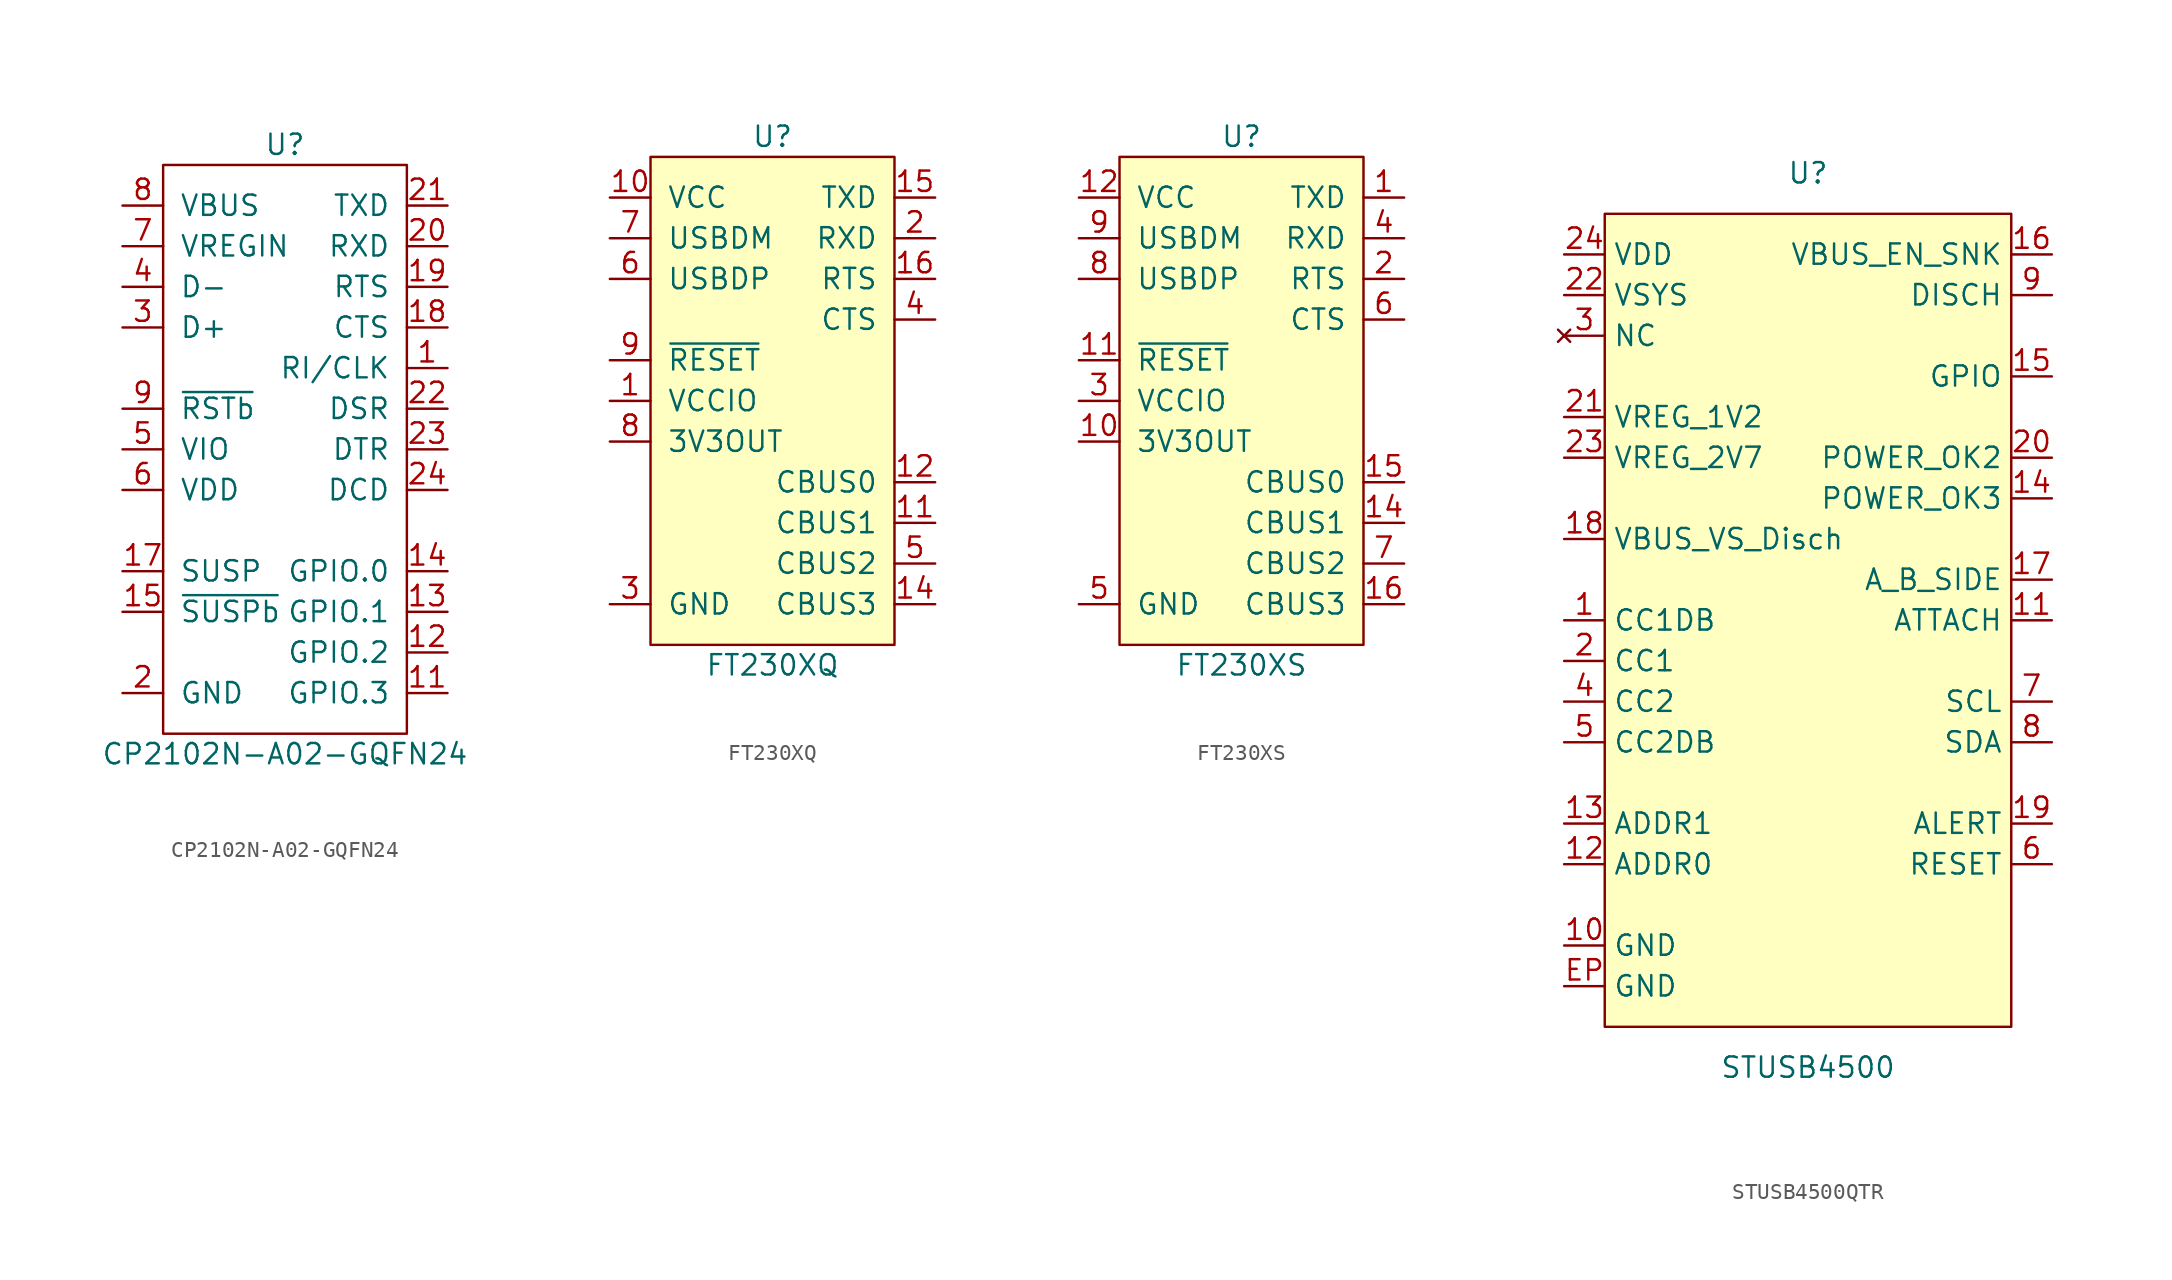
<source format=kicad_sym>
(kicad_symbol_lib
  (version 20220914)
  (generator kicad_symbol_editor)
  (symbol "CP2102N-A02-GQFN24"
    (pin_names
      (offset 1.016))
    (property "Reference" "U"
      (at 0 19.05 0)
      (effects (font (size 1.27 1.27))))
    (property "Value" "CP2102N-A02-GQFN24"
      (at 0 -19.05 0)
      (effects (font (size 1.27 1.27))))
    (symbol "CP2102N-A02-GQFN24_0_1"
      (rectangle (start -7.62 17.78) (end 7.62 -17.78) (stroke (width 0) (type default)) (fill (type none))))
    (symbol "CP2102N-A02-GQFN24_1_1"
      (pin input line (at 10.16 5.08 180) (length 2.54) (name "RI/CLK" (effects (font (size 1.27 1.27)))) (number "1" (effects (font (size 1.27 1.27)))))
      (pin no_connect line (at -7.62 5.08 0) (length 0) hide (name "NC" (effects (font (size 1.27 1.27)))) (number "10" (effects (font (size 1.27 1.27)))))
      (pin bidirectional line (at 10.16 -15.24 180) (length 2.54) (name "GPIO.3" (effects (font (size 1.27 1.27)))) (number "11" (effects (font (size 1.27 1.27)))))
      (pin bidirectional line (at 10.16 -12.7 180) (length 2.54) (name "GPIO.2" (effects (font (size 1.27 1.27)))) (number "12" (effects (font (size 1.27 1.27)))))
      (pin bidirectional line (at 10.16 -10.16 180) (length 2.54) (name "GPIO.1" (effects (font (size 1.27 1.27)))) (number "13" (effects (font (size 1.27 1.27)))))
      (pin bidirectional line (at 10.16 -7.62 180) (length 2.54) (name "GPIO.0" (effects (font (size 1.27 1.27)))) (number "14" (effects (font (size 1.27 1.27)))))
      (pin output line (at -10.16 -10.16 0) (length 2.54) (name "~{SUSPb}" (effects (font (size 1.27 1.27)))) (number "15" (effects (font (size 1.27 1.27)))))
      (pin no_connect line (at -7.62 -5.08 0) (length 0) hide (name "NC" (effects (font (size 1.27 1.27)))) (number "16" (effects (font (size 1.27 1.27)))))
      (pin output line (at -10.16 -7.62 0) (length 2.54) (name "SUSP" (effects (font (size 1.27 1.27)))) (number "17" (effects (font (size 1.27 1.27)))))
      (pin input line (at 10.16 7.62 180) (length 2.54) (name "CTS" (effects (font (size 1.27 1.27)))) (number "18" (effects (font (size 1.27 1.27)))))
      (pin output line (at 10.16 10.16 180) (length 2.54) (name "RTS" (effects (font (size 1.27 1.27)))) (number "19" (effects (font (size 1.27 1.27)))))
      (pin power_in line (at -10.16 -15.24 0) (length 2.54) (name "GND" (effects (font (size 1.27 1.27)))) (number "2" (effects (font (size 1.27 1.27)))))
      (pin input line (at 10.16 12.7 180) (length 2.54) (name "RXD" (effects (font (size 1.27 1.27)))) (number "20" (effects (font (size 1.27 1.27)))))
      (pin output line (at 10.16 15.24 180) (length 2.54) (name "TXD" (effects (font (size 1.27 1.27)))) (number "21" (effects (font (size 1.27 1.27)))))
      (pin input line (at 10.16 2.54 180) (length 2.54) (name "DSR" (effects (font (size 1.27 1.27)))) (number "22" (effects (font (size 1.27 1.27)))))
      (pin output line (at 10.16 0 180) (length 2.54) (name "DTR" (effects (font (size 1.27 1.27)))) (number "23" (effects (font (size 1.27 1.27)))))
      (pin input line (at 10.16 -2.54 180) (length 2.54) (name "DCD" (effects (font (size 1.27 1.27)))) (number "24" (effects (font (size 1.27 1.27)))))
      (pin power_in line (at -10.16 -15.24 0) (length 2.54) hide (name "GND" (effects (font (size 1.27 1.27)))) (number "25" (effects (font (size 1.27 1.27)))))
      (pin bidirectional line (at -10.16 7.62 0) (length 2.54) (name "D+" (effects (font (size 1.27 1.27)))) (number "3" (effects (font (size 1.27 1.27)))))
      (pin bidirectional line (at -10.16 10.16 0) (length 2.54) (name "D-" (effects (font (size 1.27 1.27)))) (number "4" (effects (font (size 1.27 1.27)))))
      (pin power_in line (at -10.16 0 0) (length 2.54) (name "VIO" (effects (font (size 1.27 1.27)))) (number "5" (effects (font (size 1.27 1.27)))))
      (pin power_out line (at -10.16 -2.54 0) (length 2.54) (name "VDD" (effects (font (size 1.27 1.27)))) (number "6" (effects (font (size 1.27 1.27)))))
      (pin power_in line (at -10.16 12.7 0) (length 2.54) (name "VREGIN" (effects (font (size 1.27 1.27)))) (number "7" (effects (font (size 1.27 1.27)))))
      (pin input line (at -10.16 15.24 0) (length 2.54) (name "VBUS" (effects (font (size 1.27 1.27)))) (number "8" (effects (font (size 1.27 1.27)))))
      (pin input line (at -10.16 2.54 0) (length 2.54) (name "~{RSTb}" (effects (font (size 1.27 1.27)))) (number "9" (effects (font (size 1.27 1.27)))))))
  (symbol "FT230XQ"
    (pin_names
      (offset 1.016))
    (property "Reference" "U"
      (at 0 16.51 0)
      (effects (font (size 1.27 1.27))))
    (property "Value" "FT230XQ"
      (at 0 -16.51 0)
      (effects (font (size 1.27 1.27))))
    (symbol "FT230XQ_1_1"
      (rectangle (start -7.62 15.24) (end 7.62 -15.24) (stroke (width 0) (type default)) (fill (type background)))
      (pin power_in line (at -10.16 0 0) (length 2.54) (name "VCCIO" (effects (font (size 1.27 1.27)))) (number "1" (effects (font (size 1.27 1.27)))))
      (pin power_in line (at -10.16 12.7 0) (length 2.54) (name "VCC" (effects (font (size 1.27 1.27)))) (number "10" (effects (font (size 1.27 1.27)))))
      (pin bidirectional line (at 10.16 -7.62 180) (length 2.54) (name "CBUS1" (effects (font (size 1.27 1.27)))) (number "11" (effects (font (size 1.27 1.27)))))
      (pin bidirectional line (at 10.16 -5.08 180) (length 2.54) (name "CBUS0" (effects (font (size 1.27 1.27)))) (number "12" (effects (font (size 1.27 1.27)))))
      (pin power_in line (at -10.16 -12.7 0) (length 2.54) hide (name "GND" (effects (font (size 1.27 1.27)))) (number "13" (effects (font (size 1.27 1.27)))))
      (pin bidirectional line (at 10.16 -12.7 180) (length 2.54) (name "CBUS3" (effects (font (size 1.27 1.27)))) (number "14" (effects (font (size 1.27 1.27)))))
      (pin output line (at 10.16 12.7 180) (length 2.54) (name "TXD" (effects (font (size 1.27 1.27)))) (number "15" (effects (font (size 1.27 1.27)))))
      (pin output line (at 10.16 7.62 180) (length 2.54) (name "RTS" (effects (font (size 1.27 1.27)))) (number "16" (effects (font (size 1.27 1.27)))))
      (pin power_in line (at -10.16 -12.7 0) (length 2.54) hide (name "GND" (effects (font (size 1.27 1.27)))) (number "17" (effects (font (size 1.27 1.27)))))
      (pin input line (at 10.16 10.16 180) (length 2.54) (name "RXD" (effects (font (size 1.27 1.27)))) (number "2" (effects (font (size 1.27 1.27)))))
      (pin power_in line (at -10.16 -12.7 0) (length 2.54) (name "GND" (effects (font (size 1.27 1.27)))) (number "3" (effects (font (size 1.27 1.27)))))
      (pin input line (at 10.16 5.08 180) (length 2.54) (name "CTS" (effects (font (size 1.27 1.27)))) (number "4" (effects (font (size 1.27 1.27)))))
      (pin bidirectional line (at 10.16 -10.16 180) (length 2.54) (name "CBUS2" (effects (font (size 1.27 1.27)))) (number "5" (effects (font (size 1.27 1.27)))))
      (pin bidirectional line (at -10.16 7.62 0) (length 2.54) (name "USBDP" (effects (font (size 1.27 1.27)))) (number "6" (effects (font (size 1.27 1.27)))))
      (pin bidirectional line (at -10.16 10.16 0) (length 2.54) (name "USBDM" (effects (font (size 1.27 1.27)))) (number "7" (effects (font (size 1.27 1.27)))))
      (pin power_out line (at -10.16 -2.54 0) (length 2.54) (name "3V3OUT" (effects (font (size 1.27 1.27)))) (number "8" (effects (font (size 1.27 1.27)))))
      (pin input line (at -10.16 2.54 0) (length 2.54) (name "~{RESET}" (effects (font (size 1.27 1.27)))) (number "9" (effects (font (size 1.27 1.27)))))))
  (symbol "FT230XS"
    (pin_names
      (offset 1.016))
    (property "Reference" "U"
      (at 0 16.51 0)
      (effects (font (size 1.27 1.27))))
    (property "Value" "FT230XS"
      (at 0 -16.51 0)
      (effects (font (size 1.27 1.27))))
    (symbol "FT230XS_1_1"
      (rectangle (start -7.62 15.24) (end 7.62 -15.24) (stroke (width 0) (type default)) (fill (type background)))
      (pin output line (at 10.16 12.7 180) (length 2.54) (name "TXD" (effects (font (size 1.27 1.27)))) (number "1" (effects (font (size 1.27 1.27)))))
      (pin power_out line (at -10.16 -2.54 0) (length 2.54) (name "3V3OUT" (effects (font (size 1.27 1.27)))) (number "10" (effects (font (size 1.27 1.27)))))
      (pin input line (at -10.16 2.54 0) (length 2.54) (name "~{RESET}" (effects (font (size 1.27 1.27)))) (number "11" (effects (font (size 1.27 1.27)))))
      (pin power_in line (at -10.16 12.7 0) (length 2.54) (name "VCC" (effects (font (size 1.27 1.27)))) (number "12" (effects (font (size 1.27 1.27)))))
      (pin power_in line (at -10.16 -12.7 0) (length 2.54) hide (name "GND" (effects (font (size 1.27 1.27)))) (number "13" (effects (font (size 1.27 1.27)))))
      (pin bidirectional line (at 10.16 -7.62 180) (length 2.54) (name "CBUS1" (effects (font (size 1.27 1.27)))) (number "14" (effects (font (size 1.27 1.27)))))
      (pin bidirectional line (at 10.16 -5.08 180) (length 2.54) (name "CBUS0" (effects (font (size 1.27 1.27)))) (number "15" (effects (font (size 1.27 1.27)))))
      (pin bidirectional line (at 10.16 -12.7 180) (length 2.54) (name "CBUS3" (effects (font (size 1.27 1.27)))) (number "16" (effects (font (size 1.27 1.27)))))
      (pin output line (at 10.16 7.62 180) (length 2.54) (name "RTS" (effects (font (size 1.27 1.27)))) (number "2" (effects (font (size 1.27 1.27)))))
      (pin power_in line (at -10.16 0 0) (length 2.54) (name "VCCIO" (effects (font (size 1.27 1.27)))) (number "3" (effects (font (size 1.27 1.27)))))
      (pin input line (at 10.16 10.16 180) (length 2.54) (name "RXD" (effects (font (size 1.27 1.27)))) (number "4" (effects (font (size 1.27 1.27)))))
      (pin power_in line (at -10.16 -12.7 0) (length 2.54) (name "GND" (effects (font (size 1.27 1.27)))) (number "5" (effects (font (size 1.27 1.27)))))
      (pin input line (at 10.16 5.08 180) (length 2.54) (name "CTS" (effects (font (size 1.27 1.27)))) (number "6" (effects (font (size 1.27 1.27)))))
      (pin bidirectional line (at 10.16 -10.16 180) (length 2.54) (name "CBUS2" (effects (font (size 1.27 1.27)))) (number "7" (effects (font (size 1.27 1.27)))))
      (pin bidirectional line (at -10.16 7.62 0) (length 2.54) (name "USBDP" (effects (font (size 1.27 1.27)))) (number "8" (effects (font (size 1.27 1.27)))))
      (pin bidirectional line (at -10.16 10.16 0) (length 2.54) (name "USBDM" (effects (font (size 1.27 1.27)))) (number "9" (effects (font (size 1.27 1.27)))))))
  (symbol "STUSB4500QTR"
    (property "Reference" "U"
      (at 0 27.94 0)
      (effects (font (size 1.27 1.27))))
    (property "Value" "STUSB4500"
      (at 0 -27.94 0)
      (effects (font (size 1.27 1.27))))
    (symbol "STUSB4500QTR_1_1"
      (rectangle (start -12.7 25.4) (end 12.7 -25.4) (stroke (width 0) (type default)) (fill (type background)))
      (pin bidirectional line (at -15.24 0 0) (length 2.54) (name "CC1DB" (effects (font (size 1.27 1.27)))) (number "1" (effects (font (size 1.27 1.27)))))
      (pin power_in line (at -15.24 -20.32 0) (length 2.54) (name "GND" (effects (font (size 1.27 1.27)))) (number "10" (effects (font (size 1.27 1.27)))))
      (pin open_collector line (at 15.24 0 180) (length 2.54) (name "ATTACH" (effects (font (size 1.27 1.27)))) (number "11" (effects (font (size 1.27 1.27)))))
      (pin input line (at -15.24 -15.24 0) (length 2.54) (name "ADDR0" (effects (font (size 1.27 1.27)))) (number "12" (effects (font (size 1.27 1.27)))))
      (pin input line (at -15.24 -12.7 0) (length 2.54) (name "ADDR1" (effects (font (size 1.27 1.27)))) (number "13" (effects (font (size 1.27 1.27)))))
      (pin open_collector line (at 15.24 7.62 180) (length 2.54) (name "POWER_OK3" (effects (font (size 1.27 1.27)))) (number "14" (effects (font (size 1.27 1.27)))))
      (pin open_collector line (at 15.24 15.24 180) (length 2.54) (name "GPIO" (effects (font (size 1.27 1.27)))) (number "15" (effects (font (size 1.27 1.27)))))
      (pin open_collector line (at 15.24 22.86 180) (length 2.54) (name "VBUS_EN_SNK" (effects (font (size 1.27 1.27)))) (number "16" (effects (font (size 1.27 1.27)))))
      (pin open_collector line (at 15.24 2.54 180) (length 2.54) (name "A_B_SIDE" (effects (font (size 1.27 1.27)))) (number "17" (effects (font (size 1.27 1.27)))))
      (pin input line (at -15.24 5.08 0) (length 2.54) (name "VBUS_VS_Disch" (effects (font (size 1.27 1.27)))) (number "18" (effects (font (size 1.27 1.27)))))
      (pin open_collector line (at 15.24 -12.7 180) (length 2.54) (name "ALERT" (effects (font (size 1.27 1.27)))) (number "19" (effects (font (size 1.27 1.27)))))
      (pin bidirectional line (at -15.24 -2.54 0) (length 2.54) (name "CC1" (effects (font (size 1.27 1.27)))) (number "2" (effects (font (size 1.27 1.27)))))
      (pin open_collector line (at 15.24 10.16 180) (length 2.54) (name "POWER_OK2" (effects (font (size 1.27 1.27)))) (number "20" (effects (font (size 1.27 1.27)))))
      (pin power_out line (at -15.24 12.7 0) (length 2.54) (name "VREG_1V2" (effects (font (size 1.27 1.27)))) (number "21" (effects (font (size 1.27 1.27)))))
      (pin power_in line (at -15.24 20.32 0) (length 2.54) (name "VSYS" (effects (font (size 1.27 1.27)))) (number "22" (effects (font (size 1.27 1.27)))))
      (pin power_out line (at -15.24 10.16 0) (length 2.54) (name "VREG_2V7" (effects (font (size 1.27 1.27)))) (number "23" (effects (font (size 1.27 1.27)))))
      (pin power_in line (at -15.24 22.86 0) (length 2.54) (name "VDD" (effects (font (size 1.27 1.27)))) (number "24" (effects (font (size 1.27 1.27)))))
      (pin no_connect line (at -15.24 17.78 0) (length 2.54) (name "NC" (effects (font (size 1.27 1.27)))) (number "3" (effects (font (size 1.27 1.27)))))
      (pin bidirectional line (at -15.24 -5.08 0) (length 2.54) (name "CC2" (effects (font (size 1.27 1.27)))) (number "4" (effects (font (size 1.27 1.27)))))
      (pin bidirectional line (at -15.24 -7.62 0) (length 2.54) (name "CC2DB" (effects (font (size 1.27 1.27)))) (number "5" (effects (font (size 1.27 1.27)))))
      (pin input line (at 15.24 -15.24 180) (length 2.54) (name "RESET" (effects (font (size 1.27 1.27)))) (number "6" (effects (font (size 1.27 1.27)))))
      (pin input line (at 15.24 -5.08 180) (length 2.54) (name "SCL" (effects (font (size 1.27 1.27)))) (number "7" (effects (font (size 1.27 1.27)))))
      (pin input line (at 15.24 -7.62 180) (length 2.54) (name "SDA" (effects (font (size 1.27 1.27)))) (number "8" (effects (font (size 1.27 1.27)))))
      (pin open_collector line (at 15.24 20.32 180) (length 2.54) (name "DISCH" (effects (font (size 1.27 1.27)))) (number "9" (effects (font (size 1.27 1.27)))))
      (pin power_in line (at -15.24 -22.86 0) (length 2.54) (name "GND" (effects (font (size 1.27 1.27)))) (number "EP" (effects (font (size 1.27 1.27))))))))
</source>
